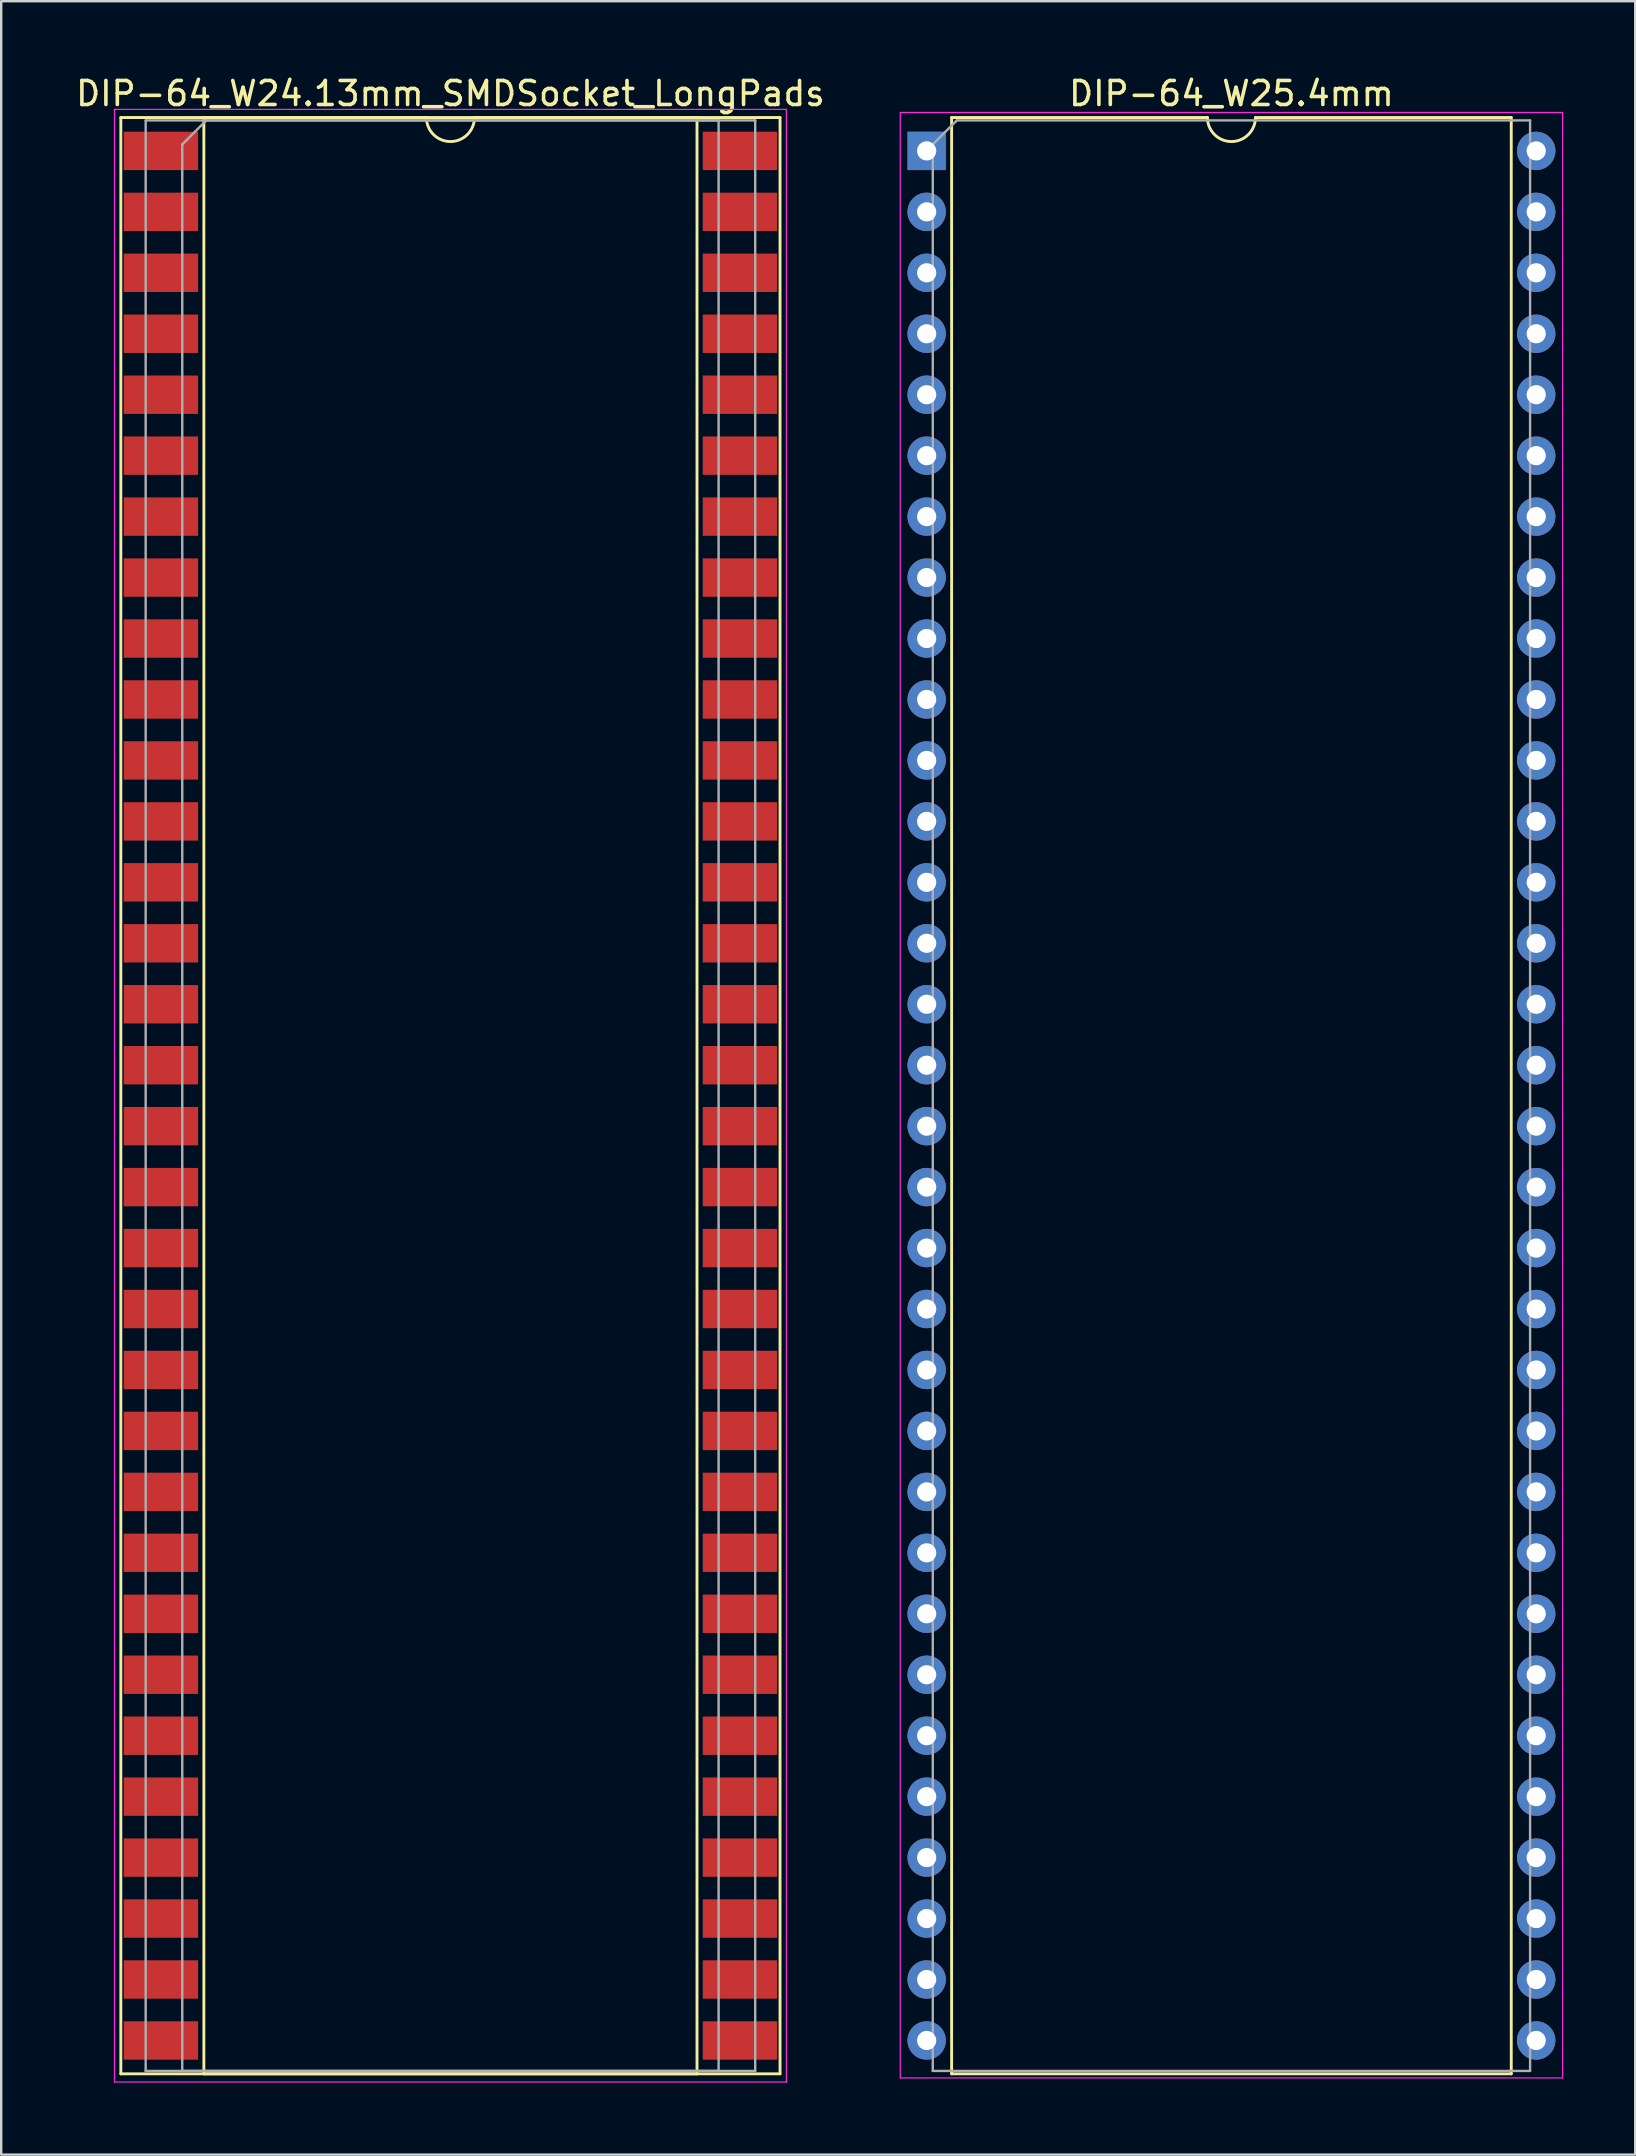
<source format=kicad_pcb>
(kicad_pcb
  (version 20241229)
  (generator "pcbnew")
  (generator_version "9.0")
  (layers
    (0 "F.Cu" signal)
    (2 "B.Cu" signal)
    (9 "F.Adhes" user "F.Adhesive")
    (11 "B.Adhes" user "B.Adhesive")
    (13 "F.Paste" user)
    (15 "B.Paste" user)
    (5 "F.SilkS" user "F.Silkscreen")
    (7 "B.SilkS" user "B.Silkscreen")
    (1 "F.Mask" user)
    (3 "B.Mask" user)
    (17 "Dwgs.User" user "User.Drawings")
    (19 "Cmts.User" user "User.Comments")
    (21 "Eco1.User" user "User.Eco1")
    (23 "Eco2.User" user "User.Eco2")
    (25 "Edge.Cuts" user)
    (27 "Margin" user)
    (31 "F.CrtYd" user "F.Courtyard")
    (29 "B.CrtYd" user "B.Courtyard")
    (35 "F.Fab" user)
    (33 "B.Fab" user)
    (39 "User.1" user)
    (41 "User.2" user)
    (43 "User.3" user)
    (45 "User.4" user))
  (footprint "DIP-64_W24.13mm_SMDSocket_LongPads"
    (layer "F.Cu")
    (at 15.72 42.608)
    (property "Reference" "DIP-64_W24.13mm_SMDSocket_LongPads" (at 0 -41.76 0) (layer "F.SilkS") (effects (font (size 1 1) (thickness 0.15))))
    (attr smd)
    (fp_line (start -13.735 -40.76) (end -13.735 40.76) (stroke (width 0.12) (type solid)) (layer "F.SilkS"))
    (fp_line (start -13.735 40.76) (end 13.735 40.76) (stroke (width 0.12) (type solid)) (layer "F.SilkS"))
    (fp_line (start -10.275 -40.76) (end -10.275 40.76) (stroke (width 0.12) (type solid)) (layer "F.SilkS"))
    (fp_line (start -10.275 40.76) (end 10.275 40.76) (stroke (width 0.12) (type solid)) (layer "F.SilkS"))
    (fp_line (start -1 -40.76) (end -10.275 -40.76) (stroke (width 0.12) (type solid)) (layer "F.SilkS"))
    (fp_line (start 10.275 -40.76) (end 1 -40.76) (stroke (width 0.12) (type solid)) (layer "F.SilkS"))
    (fp_line (start 10.275 40.76) (end 10.275 -40.76) (stroke (width 0.12) (type solid)) (layer "F.SilkS"))
    (fp_line (start 13.735 -40.76) (end -13.735 -40.76) (stroke (width 0.12) (type solid)) (layer "F.SilkS"))
    (fp_line (start 13.735 40.76) (end 13.735 -40.76) (stroke (width 0.12) (type solid)) (layer "F.SilkS"))
    (fp_arc (start 1 -40.76) (mid 0 -39.76) (end -1 -40.76) (stroke (width 0.12) (type solid)) (layer "F.SilkS"))
    (fp_line (start -14 -41.1) (end -14 41.1) (stroke (width 0.05) (type solid)) (layer "F.CrtYd"))
    (fp_line (start -14 41.1) (end 14 41.1) (stroke (width 0.05) (type solid)) (layer "F.CrtYd"))
    (fp_line (start 14 -41.1) (end -14 -41.1) (stroke (width 0.05) (type solid)) (layer "F.CrtYd"))
    (fp_line (start 14 41.1) (end 14 -41.1) (stroke (width 0.05) (type solid)) (layer "F.CrtYd"))
    (fp_line (start -12.7 -40.64) (end -12.7 40.64) (stroke (width 0.1) (type solid)) (layer "F.Fab"))
    (fp_line (start -12.7 40.64) (end 12.7 40.64) (stroke (width 0.1) (type solid)) (layer "F.Fab"))
    (fp_line (start -11.175 -39.64) (end -10.175 -40.64) (stroke (width 0.1) (type solid)) (layer "F.Fab"))
    (fp_line (start -11.175 40.64) (end -11.175 -39.64) (stroke (width 0.1) (type solid)) (layer "F.Fab"))
    (fp_line (start -10.175 -40.64) (end 11.175 -40.64) (stroke (width 0.1) (type solid)) (layer "F.Fab"))
    (fp_line (start 11.175 -40.64) (end 11.175 40.64) (stroke (width 0.1) (type solid)) (layer "F.Fab"))
    (fp_line (start 11.175 40.64) (end -11.175 40.64) (stroke (width 0.1) (type solid)) (layer "F.Fab"))
    (fp_line (start 12.7 -40.64) (end -12.7 -40.64) (stroke (width 0.1) (type solid)) (layer "F.Fab"))
    (fp_line (start 12.7 40.64) (end 12.7 -40.64) (stroke (width 0.1) (type solid)) (layer "F.Fab"))
    (pad "1" smd rect (at -12.065 -39.37) (size 3.1 1.6) (layers "F.Cu" "F.Mask"))
    (pad "2" smd rect (at -12.065 -36.83) (size 3.1 1.6) (layers "F.Cu" "F.Mask"))
    (pad "3" smd rect (at -12.065 -34.29) (size 3.1 1.6) (layers "F.Cu" "F.Mask"))
    (pad "4" smd rect (at -12.065 -31.75) (size 3.1 1.6) (layers "F.Cu" "F.Mask"))
    (pad "5" smd rect (at -12.065 -29.21) (size 3.1 1.6) (layers "F.Cu" "F.Mask"))
    (pad "6" smd rect (at -12.065 -26.67) (size 3.1 1.6) (layers "F.Cu" "F.Mask"))
    (pad "7" smd rect (at -12.065 -24.13) (size 3.1 1.6) (layers "F.Cu" "F.Mask"))
    (pad "8" smd rect (at -12.065 -21.59) (size 3.1 1.6) (layers "F.Cu" "F.Mask"))
    (pad "9" smd rect (at -12.065 -19.05) (size 3.1 1.6) (layers "F.Cu" "F.Mask"))
    (pad "10" smd rect (at -12.065 -16.51) (size 3.1 1.6) (layers "F.Cu" "F.Mask"))
    (pad "11" smd rect (at -12.065 -13.97) (size 3.1 1.6) (layers "F.Cu" "F.Mask"))
    (pad "12" smd rect (at -12.065 -11.43) (size 3.1 1.6) (layers "F.Cu" "F.Mask"))
    (pad "13" smd rect (at -12.065 -8.89) (size 3.1 1.6) (layers "F.Cu" "F.Mask"))
    (pad "14" smd rect (at -12.065 -6.35) (size 3.1 1.6) (layers "F.Cu" "F.Mask"))
    (pad "15" smd rect (at -12.065 -3.81) (size 3.1 1.6) (layers "F.Cu" "F.Mask"))
    (pad "16" smd rect (at -12.065 -1.27) (size 3.1 1.6) (layers "F.Cu" "F.Mask"))
    (pad "17" smd rect (at -12.065 1.27) (size 3.1 1.6) (layers "F.Cu" "F.Mask"))
    (pad "18" smd rect (at -12.065 3.81) (size 3.1 1.6) (layers "F.Cu" "F.Mask"))
    (pad "19" smd rect (at -12.065 6.35) (size 3.1 1.6) (layers "F.Cu" "F.Mask"))
    (pad "20" smd rect (at -12.065 8.89) (size 3.1 1.6) (layers "F.Cu" "F.Mask"))
    (pad "21" smd rect (at -12.065 11.43) (size 3.1 1.6) (layers "F.Cu" "F.Mask"))
    (pad "22" smd rect (at -12.065 13.97) (size 3.1 1.6) (layers "F.Cu" "F.Mask"))
    (pad "23" smd rect (at -12.065 16.51) (size 3.1 1.6) (layers "F.Cu" "F.Mask"))
    (pad "24" smd rect (at -12.065 19.05) (size 3.1 1.6) (layers "F.Cu" "F.Mask"))
    (pad "25" smd rect (at -12.065 21.59) (size 3.1 1.6) (layers "F.Cu" "F.Mask"))
    (pad "26" smd rect (at -12.065 24.13) (size 3.1 1.6) (layers "F.Cu" "F.Mask"))
    (pad "27" smd rect (at -12.065 26.67) (size 3.1 1.6) (layers "F.Cu" "F.Mask"))
    (pad "28" smd rect (at -12.065 29.21) (size 3.1 1.6) (layers "F.Cu" "F.Mask"))
    (pad "29" smd rect (at -12.065 31.75) (size 3.1 1.6) (layers "F.Cu" "F.Mask"))
    (pad "30" smd rect (at -12.065 34.29) (size 3.1 1.6) (layers "F.Cu" "F.Mask"))
    (pad "31" smd rect (at -12.065 36.83) (size 3.1 1.6) (layers "F.Cu" "F.Mask"))
    (pad "32" smd rect (at -12.065 39.37) (size 3.1 1.6) (layers "F.Cu" "F.Mask"))
    (pad "33" smd rect (at 12.065 39.37) (size 3.1 1.6) (layers "F.Cu" "F.Mask"))
    (pad "34" smd rect (at 12.065 36.83) (size 3.1 1.6) (layers "F.Cu" "F.Mask"))
    (pad "35" smd rect (at 12.065 34.29) (size 3.1 1.6) (layers "F.Cu" "F.Mask"))
    (pad "36" smd rect (at 12.065 31.75) (size 3.1 1.6) (layers "F.Cu" "F.Mask"))
    (pad "37" smd rect (at 12.065 29.21) (size 3.1 1.6) (layers "F.Cu" "F.Mask"))
    (pad "38" smd rect (at 12.065 26.67) (size 3.1 1.6) (layers "F.Cu" "F.Mask"))
    (pad "39" smd rect (at 12.065 24.13) (size 3.1 1.6) (layers "F.Cu" "F.Mask"))
    (pad "40" smd rect (at 12.065 21.59) (size 3.1 1.6) (layers "F.Cu" "F.Mask"))
    (pad "41" smd rect (at 12.065 19.05) (size 3.1 1.6) (layers "F.Cu" "F.Mask"))
    (pad "42" smd rect (at 12.065 16.51) (size 3.1 1.6) (layers "F.Cu" "F.Mask"))
    (pad "43" smd rect (at 12.065 13.97) (size 3.1 1.6) (layers "F.Cu" "F.Mask"))
    (pad "44" smd rect (at 12.065 11.43) (size 3.1 1.6) (layers "F.Cu" "F.Mask"))
    (pad "45" smd rect (at 12.065 8.89) (size 3.1 1.6) (layers "F.Cu" "F.Mask"))
    (pad "46" smd rect (at 12.065 6.35) (size 3.1 1.6) (layers "F.Cu" "F.Mask"))
    (pad "47" smd rect (at 12.065 3.81) (size 3.1 1.6) (layers "F.Cu" "F.Mask"))
    (pad "48" smd rect (at 12.065 1.27) (size 3.1 1.6) (layers "F.Cu" "F.Mask"))
    (pad "49" smd rect (at 12.065 -1.27) (size 3.1 1.6) (layers "F.Cu" "F.Mask"))
    (pad "50" smd rect (at 12.065 -3.81) (size 3.1 1.6) (layers "F.Cu" "F.Mask"))
    (pad "51" smd rect (at 12.065 -6.35) (size 3.1 1.6) (layers "F.Cu" "F.Mask"))
    (pad "52" smd rect (at 12.065 -8.89) (size 3.1 1.6) (layers "F.Cu" "F.Mask"))
    (pad "53" smd rect (at 12.065 -11.43) (size 3.1 1.6) (layers "F.Cu" "F.Mask"))
    (pad "54" smd rect (at 12.065 -13.97) (size 3.1 1.6) (layers "F.Cu" "F.Mask"))
    (pad "55" smd rect (at 12.065 -16.51) (size 3.1 1.6) (layers "F.Cu" "F.Mask"))
    (pad "56" smd rect (at 12.065 -19.05) (size 3.1 1.6) (layers "F.Cu" "F.Mask"))
    (pad "57" smd rect (at 12.065 -21.59) (size 3.1 1.6) (layers "F.Cu" "F.Mask"))
    (pad "58" smd rect (at 12.065 -24.13) (size 3.1 1.6) (layers "F.Cu" "F.Mask"))
    (pad "59" smd rect (at 12.065 -26.67) (size 3.1 1.6) (layers "F.Cu" "F.Mask"))
    (pad "60" smd rect (at 12.065 -29.21) (size 3.1 1.6) (layers "F.Cu" "F.Mask"))
    (pad "61" smd rect (at 12.065 -31.75) (size 3.1 1.6) (layers "F.Cu" "F.Mask"))
    (pad "62" smd rect (at 12.065 -34.29) (size 3.1 1.6) (layers "F.Cu" "F.Mask"))
    (pad "63" smd rect (at 12.065 -36.83) (size 3.1 1.6) (layers "F.Cu" "F.Mask"))
    (pad "64" smd rect (at 12.065 -39.37) (size 3.1 1.6) (layers "F.Cu" "F.Mask")))
  (footprint "DIP-64_W25.4mm"
    (layer "F.Cu")
    (at 35.565 3.238)
    (property "Reference" "DIP-64_W25.4mm" (at 12.7 -2.39 0) (layer "F.SilkS") (effects (font (size 1 1) (thickness 0.15))))
    (attr through_hole)
    (fp_line (start 1.04 -1.39) (end 1.04 80.13) (stroke (width 0.12) (type solid)) (layer "F.SilkS"))
    (fp_line (start 1.04 80.13) (end 24.36 80.13) (stroke (width 0.12) (type solid)) (layer "F.SilkS"))
    (fp_line (start 11.7 -1.39) (end 1.04 -1.39) (stroke (width 0.12) (type solid)) (layer "F.SilkS"))
    (fp_line (start 24.36 -1.39) (end 13.7 -1.39) (stroke (width 0.12) (type solid)) (layer "F.SilkS"))
    (fp_line (start 24.36 80.13) (end 24.36 -1.39) (stroke (width 0.12) (type solid)) (layer "F.SilkS"))
    (fp_arc (start 13.7 -1.39) (mid 12.7 -0.39) (end 11.7 -1.39) (stroke (width 0.12) (type solid)) (layer "F.SilkS"))
    (fp_line (start -1.1 -1.6) (end -1.1 80.3) (stroke (width 0.05) (type solid)) (layer "F.CrtYd"))
    (fp_line (start -1.1 80.3) (end 26.5 80.3) (stroke (width 0.05) (type solid)) (layer "F.CrtYd"))
    (fp_line (start 26.5 -1.6) (end -1.1 -1.6) (stroke (width 0.05) (type solid)) (layer "F.CrtYd"))
    (fp_line (start 26.5 80.3) (end 26.5 -1.6) (stroke (width 0.05) (type solid)) (layer "F.CrtYd"))
    (fp_line (start 0.255 -0.27) (end 1.255 -1.27) (stroke (width 0.1) (type solid)) (layer "F.Fab"))
    (fp_line (start 0.255 80.01) (end 0.255 -0.27) (stroke (width 0.1) (type solid)) (layer "F.Fab"))
    (fp_line (start 1.255 -1.27) (end 25.145 -1.27) (stroke (width 0.1) (type solid)) (layer "F.Fab"))
    (fp_line (start 25.145 -1.27) (end 25.145 80.01) (stroke (width 0.1) (type solid)) (layer "F.Fab"))
    (fp_line (start 25.145 80.01) (end 0.255 80.01) (stroke (width 0.1) (type solid)) (layer "F.Fab"))
    (pad "1" thru_hole rect (at 0 0) (size 1.6 1.6) (drill 0.8) (layers "*.Cu" "*.Mask"))
    (pad "2" thru_hole oval (at 0 2.54) (size 1.6 1.6) (drill 0.8) (layers "*.Cu" "*.Mask"))
    (pad "3" thru_hole oval (at 0 5.08) (size 1.6 1.6) (drill 0.8) (layers "*.Cu" "*.Mask"))
    (pad "4" thru_hole oval (at 0 7.62) (size 1.6 1.6) (drill 0.8) (layers "*.Cu" "*.Mask"))
    (pad "5" thru_hole oval (at 0 10.16) (size 1.6 1.6) (drill 0.8) (layers "*.Cu" "*.Mask"))
    (pad "6" thru_hole oval (at 0 12.7) (size 1.6 1.6) (drill 0.8) (layers "*.Cu" "*.Mask"))
    (pad "7" thru_hole oval (at 0 15.24) (size 1.6 1.6) (drill 0.8) (layers "*.Cu" "*.Mask"))
    (pad "8" thru_hole oval (at 0 17.78) (size 1.6 1.6) (drill 0.8) (layers "*.Cu" "*.Mask"))
    (pad "9" thru_hole oval (at 0 20.32) (size 1.6 1.6) (drill 0.8) (layers "*.Cu" "*.Mask"))
    (pad "10" thru_hole oval (at 0 22.86) (size 1.6 1.6) (drill 0.8) (layers "*.Cu" "*.Mask"))
    (pad "11" thru_hole oval (at 0 25.4) (size 1.6 1.6) (drill 0.8) (layers "*.Cu" "*.Mask"))
    (pad "12" thru_hole oval (at 0 27.94) (size 1.6 1.6) (drill 0.8) (layers "*.Cu" "*.Mask"))
    (pad "13" thru_hole oval (at 0 30.48) (size 1.6 1.6) (drill 0.8) (layers "*.Cu" "*.Mask"))
    (pad "14" thru_hole oval (at 0 33.02) (size 1.6 1.6) (drill 0.8) (layers "*.Cu" "*.Mask"))
    (pad "15" thru_hole oval (at 0 35.56) (size 1.6 1.6) (drill 0.8) (layers "*.Cu" "*.Mask"))
    (pad "16" thru_hole oval (at 0 38.1) (size 1.6 1.6) (drill 0.8) (layers "*.Cu" "*.Mask"))
    (pad "17" thru_hole oval (at 0 40.64) (size 1.6 1.6) (drill 0.8) (layers "*.Cu" "*.Mask"))
    (pad "18" thru_hole oval (at 0 43.18) (size 1.6 1.6) (drill 0.8) (layers "*.Cu" "*.Mask"))
    (pad "19" thru_hole oval (at 0 45.72) (size 1.6 1.6) (drill 0.8) (layers "*.Cu" "*.Mask"))
    (pad "20" thru_hole oval (at 0 48.26) (size 1.6 1.6) (drill 0.8) (layers "*.Cu" "*.Mask"))
    (pad "21" thru_hole oval (at 0 50.8) (size 1.6 1.6) (drill 0.8) (layers "*.Cu" "*.Mask"))
    (pad "22" thru_hole oval (at 0 53.34) (size 1.6 1.6) (drill 0.8) (layers "*.Cu" "*.Mask"))
    (pad "23" thru_hole oval (at 0 55.88) (size 1.6 1.6) (drill 0.8) (layers "*.Cu" "*.Mask"))
    (pad "24" thru_hole oval (at 0 58.42) (size 1.6 1.6) (drill 0.8) (layers "*.Cu" "*.Mask"))
    (pad "25" thru_hole oval (at 0 60.96) (size 1.6 1.6) (drill 0.8) (layers "*.Cu" "*.Mask"))
    (pad "26" thru_hole oval (at 0 63.5) (size 1.6 1.6) (drill 0.8) (layers "*.Cu" "*.Mask"))
    (pad "27" thru_hole oval (at 0 66.04) (size 1.6 1.6) (drill 0.8) (layers "*.Cu" "*.Mask"))
    (pad "28" thru_hole oval (at 0 68.58) (size 1.6 1.6) (drill 0.8) (layers "*.Cu" "*.Mask"))
    (pad "29" thru_hole oval (at 0 71.12) (size 1.6 1.6) (drill 0.8) (layers "*.Cu" "*.Mask"))
    (pad "30" thru_hole oval (at 0 73.66) (size 1.6 1.6) (drill 0.8) (layers "*.Cu" "*.Mask"))
    (pad "31" thru_hole oval (at 0 76.2) (size 1.6 1.6) (drill 0.8) (layers "*.Cu" "*.Mask"))
    (pad "32" thru_hole oval (at 0 78.74) (size 1.6 1.6) (drill 0.8) (layers "*.Cu" "*.Mask"))
    (pad "33" thru_hole oval (at 25.4 78.74) (size 1.6 1.6) (drill 0.8) (layers "*.Cu" "*.Mask"))
    (pad "34" thru_hole oval (at 25.4 76.2) (size 1.6 1.6) (drill 0.8) (layers "*.Cu" "*.Mask"))
    (pad "35" thru_hole oval (at 25.4 73.66) (size 1.6 1.6) (drill 0.8) (layers "*.Cu" "*.Mask"))
    (pad "36" thru_hole oval (at 25.4 71.12) (size 1.6 1.6) (drill 0.8) (layers "*.Cu" "*.Mask"))
    (pad "37" thru_hole oval (at 25.4 68.58) (size 1.6 1.6) (drill 0.8) (layers "*.Cu" "*.Mask"))
    (pad "38" thru_hole oval (at 25.4 66.04) (size 1.6 1.6) (drill 0.8) (layers "*.Cu" "*.Mask"))
    (pad "39" thru_hole oval (at 25.4 63.5) (size 1.6 1.6) (drill 0.8) (layers "*.Cu" "*.Mask"))
    (pad "40" thru_hole oval (at 25.4 60.96) (size 1.6 1.6) (drill 0.8) (layers "*.Cu" "*.Mask"))
    (pad "41" thru_hole oval (at 25.4 58.42) (size 1.6 1.6) (drill 0.8) (layers "*.Cu" "*.Mask"))
    (pad "42" thru_hole oval (at 25.4 55.88) (size 1.6 1.6) (drill 0.8) (layers "*.Cu" "*.Mask"))
    (pad "43" thru_hole oval (at 25.4 53.34) (size 1.6 1.6) (drill 0.8) (layers "*.Cu" "*.Mask"))
    (pad "44" thru_hole oval (at 25.4 50.8) (size 1.6 1.6) (drill 0.8) (layers "*.Cu" "*.Mask"))
    (pad "45" thru_hole oval (at 25.4 48.26) (size 1.6 1.6) (drill 0.8) (layers "*.Cu" "*.Mask"))
    (pad "46" thru_hole oval (at 25.4 45.72) (size 1.6 1.6) (drill 0.8) (layers "*.Cu" "*.Mask"))
    (pad "47" thru_hole oval (at 25.4 43.18) (size 1.6 1.6) (drill 0.8) (layers "*.Cu" "*.Mask"))
    (pad "48" thru_hole oval (at 25.4 40.64) (size 1.6 1.6) (drill 0.8) (layers "*.Cu" "*.Mask"))
    (pad "49" thru_hole oval (at 25.4 38.1) (size 1.6 1.6) (drill 0.8) (layers "*.Cu" "*.Mask"))
    (pad "50" thru_hole oval (at 25.4 35.56) (size 1.6 1.6) (drill 0.8) (layers "*.Cu" "*.Mask"))
    (pad "51" thru_hole oval (at 25.4 33.02) (size 1.6 1.6) (drill 0.8) (layers "*.Cu" "*.Mask"))
    (pad "52" thru_hole oval (at 25.4 30.48) (size 1.6 1.6) (drill 0.8) (layers "*.Cu" "*.Mask"))
    (pad "53" thru_hole oval (at 25.4 27.94) (size 1.6 1.6) (drill 0.8) (layers "*.Cu" "*.Mask"))
    (pad "54" thru_hole oval (at 25.4 25.4) (size 1.6 1.6) (drill 0.8) (layers "*.Cu" "*.Mask"))
    (pad "55" thru_hole oval (at 25.4 22.86) (size 1.6 1.6) (drill 0.8) (layers "*.Cu" "*.Mask"))
    (pad "56" thru_hole oval (at 25.4 20.32) (size 1.6 1.6) (drill 0.8) (layers "*.Cu" "*.Mask"))
    (pad "57" thru_hole oval (at 25.4 17.78) (size 1.6 1.6) (drill 0.8) (layers "*.Cu" "*.Mask"))
    (pad "58" thru_hole oval (at 25.4 15.24) (size 1.6 1.6) (drill 0.8) (layers "*.Cu" "*.Mask"))
    (pad "59" thru_hole oval (at 25.4 12.7) (size 1.6 1.6) (drill 0.8) (layers "*.Cu" "*.Mask"))
    (pad "60" thru_hole oval (at 25.4 10.16) (size 1.6 1.6) (drill 0.8) (layers "*.Cu" "*.Mask"))
    (pad "61" thru_hole oval (at 25.4 7.62) (size 1.6 1.6) (drill 0.8) (layers "*.Cu" "*.Mask"))
    (pad "62" thru_hole oval (at 25.4 5.08) (size 1.6 1.6) (drill 0.8) (layers "*.Cu" "*.Mask"))
    (pad "63" thru_hole oval (at 25.4 2.54) (size 1.6 1.6) (drill 0.8) (layers "*.Cu" "*.Mask"))
    (pad "64" thru_hole oval (at 25.4 0) (size 1.6 1.6) (drill 0.8) (layers "*.Cu" "*.Mask")))
  (gr_rect
    (start -3 -3)
    (end 65.09 86.733)
    (stroke (width 0.1) (type default))
    (fill no)
    (layer "Edge.Cuts")))
</source>
